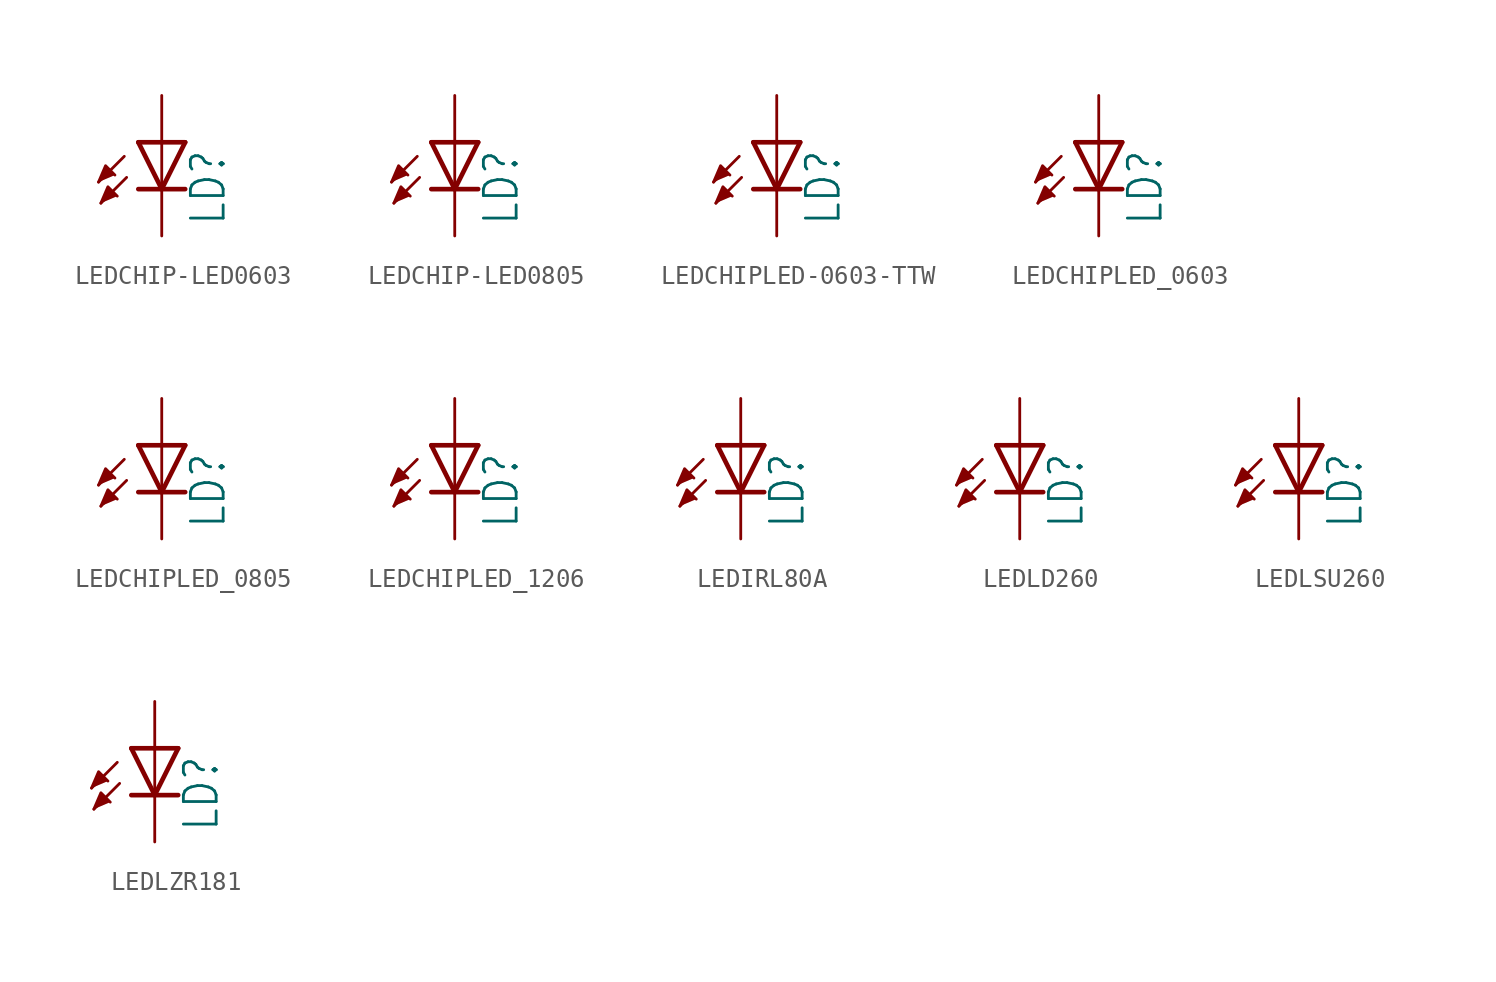
<source format=kicad_sym>
(kicad_symbol_lib
  (version 20220914)
  (generator kicad_symbol_editor)
  (symbol "LEDCHIP-LED0603"
    (property "Reference" "LD"
      (at 3.556 -4.572 90)
      (effects (font (size 1.778 1.511)) (justify left bottom)))
    (property "Value" ""
      (at 5.715 -4.572 90)
      (effects (font (size 1.778 1.511)) (justify left bottom)))
    (property "ki_locked" ""
      (at 0 0 0)
      (effects (font (size 1.27 1.27))))
    (symbol "LEDCHIP-LED0603_1_0"
      (polyline (pts (xy -2.032 -0.762) (xy -3.429 -2.159)) (stroke (width 0.152) (type solid)) (fill (type none)))
      (polyline (pts (xy -1.905 -1.905) (xy -3.302 -3.302)) (stroke (width 0.152) (type solid)) (fill (type none)))
      (polyline (pts (xy 0 -2.54) (xy -1.27 -2.54)) (stroke (width 0.254) (type solid)) (fill (type none)))
      (polyline (pts (xy 0 -2.54) (xy -1.27 0)) (stroke (width 0.254) (type solid)) (fill (type none)))
      (polyline (pts (xy 0 0) (xy -1.27 0)) (stroke (width 0.254) (type solid)) (fill (type none)))
      (polyline (pts (xy 0 0) (xy 0 -2.54)) (stroke (width 0.152) (type solid)) (fill (type none)))
      (polyline (pts (xy 1.27 -2.54) (xy 0 -2.54)) (stroke (width 0.254) (type solid)) (fill (type none)))
      (polyline (pts (xy 1.27 0) (xy 0 -2.54)) (stroke (width 0.254) (type solid)) (fill (type none)))
      (polyline (pts (xy 1.27 0) (xy 0 0)) (stroke (width 0.254) (type solid)) (fill (type none)))
      (polyline (pts (xy -3.429 -2.159) (xy -3.048 -1.27) (xy -2.54 -1.778)) (stroke (width 0.152) (type solid)) (fill (type outline)))
      (polyline (pts (xy -3.302 -3.302) (xy -2.921 -2.413) (xy -2.413 -2.921)) (stroke (width 0.152) (type solid)) (fill (type outline)))
      (pin passive line (at 0 2.54 270) (length 2.54) (name "A" (effects (font (size 0 0)))) (number "A" (effects (font (size 0 0)))))
      (pin passive line (at 0 -5.08 90) (length 2.54) (name "C" (effects (font (size 0 0)))) (number "C" (effects (font (size 0 0)))))))
  (symbol "LEDCHIP-LED0805"
    (property "Reference" "LD"
      (at 3.556 -4.572 90)
      (effects (font (size 1.778 1.511)) (justify left bottom)))
    (property "Value" ""
      (at 5.715 -4.572 90)
      (effects (font (size 1.778 1.511)) (justify left bottom)))
    (property "ki_locked" ""
      (at 0 0 0)
      (effects (font (size 1.27 1.27))))
    (symbol "LEDCHIP-LED0805_1_0"
      (polyline (pts (xy -2.032 -0.762) (xy -3.429 -2.159)) (stroke (width 0.152) (type solid)) (fill (type none)))
      (polyline (pts (xy -1.905 -1.905) (xy -3.302 -3.302)) (stroke (width 0.152) (type solid)) (fill (type none)))
      (polyline (pts (xy 0 -2.54) (xy -1.27 -2.54)) (stroke (width 0.254) (type solid)) (fill (type none)))
      (polyline (pts (xy 0 -2.54) (xy -1.27 0)) (stroke (width 0.254) (type solid)) (fill (type none)))
      (polyline (pts (xy 0 0) (xy -1.27 0)) (stroke (width 0.254) (type solid)) (fill (type none)))
      (polyline (pts (xy 0 0) (xy 0 -2.54)) (stroke (width 0.152) (type solid)) (fill (type none)))
      (polyline (pts (xy 1.27 -2.54) (xy 0 -2.54)) (stroke (width 0.254) (type solid)) (fill (type none)))
      (polyline (pts (xy 1.27 0) (xy 0 -2.54)) (stroke (width 0.254) (type solid)) (fill (type none)))
      (polyline (pts (xy 1.27 0) (xy 0 0)) (stroke (width 0.254) (type solid)) (fill (type none)))
      (polyline (pts (xy -3.429 -2.159) (xy -3.048 -1.27) (xy -2.54 -1.778)) (stroke (width 0.152) (type solid)) (fill (type outline)))
      (polyline (pts (xy -3.302 -3.302) (xy -2.921 -2.413) (xy -2.413 -2.921)) (stroke (width 0.152) (type solid)) (fill (type outline)))
      (pin passive line (at 0 2.54 270) (length 2.54) (name "A" (effects (font (size 0 0)))) (number "A" (effects (font (size 0 0)))))
      (pin passive line (at 0 -5.08 90) (length 2.54) (name "C" (effects (font (size 0 0)))) (number "C" (effects (font (size 0 0)))))))
  (symbol "LEDCHIPLED-0603-TTW"
    (property "Reference" "LD"
      (at 3.556 -4.572 90)
      (effects (font (size 1.778 1.511)) (justify left bottom)))
    (property "Value" ""
      (at 5.715 -4.572 90)
      (effects (font (size 1.778 1.511)) (justify left bottom)))
    (property "ki_locked" ""
      (at 0 0 0)
      (effects (font (size 1.27 1.27))))
    (symbol "LEDCHIPLED-0603-TTW_1_0"
      (polyline (pts (xy -2.032 -0.762) (xy -3.429 -2.159)) (stroke (width 0.152) (type solid)) (fill (type none)))
      (polyline (pts (xy -1.905 -1.905) (xy -3.302 -3.302)) (stroke (width 0.152) (type solid)) (fill (type none)))
      (polyline (pts (xy 0 -2.54) (xy -1.27 -2.54)) (stroke (width 0.254) (type solid)) (fill (type none)))
      (polyline (pts (xy 0 -2.54) (xy -1.27 0)) (stroke (width 0.254) (type solid)) (fill (type none)))
      (polyline (pts (xy 0 0) (xy -1.27 0)) (stroke (width 0.254) (type solid)) (fill (type none)))
      (polyline (pts (xy 0 0) (xy 0 -2.54)) (stroke (width 0.152) (type solid)) (fill (type none)))
      (polyline (pts (xy 1.27 -2.54) (xy 0 -2.54)) (stroke (width 0.254) (type solid)) (fill (type none)))
      (polyline (pts (xy 1.27 0) (xy 0 -2.54)) (stroke (width 0.254) (type solid)) (fill (type none)))
      (polyline (pts (xy 1.27 0) (xy 0 0)) (stroke (width 0.254) (type solid)) (fill (type none)))
      (polyline (pts (xy -3.429 -2.159) (xy -3.048 -1.27) (xy -2.54 -1.778)) (stroke (width 0.152) (type solid)) (fill (type outline)))
      (polyline (pts (xy -3.302 -3.302) (xy -2.921 -2.413) (xy -2.413 -2.921)) (stroke (width 0.152) (type solid)) (fill (type outline)))
      (pin passive line (at 0 2.54 270) (length 2.54) (name "A" (effects (font (size 0 0)))) (number "A@1" (effects (font (size 0 0)))))
      (pin passive line (at 0 -5.08 90) (length 2.54) (name "C" (effects (font (size 0 0)))) (number "C@1" (effects (font (size 0 0)))))))
  (symbol "LEDCHIPLED_0603"
    (property "Reference" "LD"
      (at 3.556 -4.572 90)
      (effects (font (size 1.778 1.511)) (justify left bottom)))
    (property "Value" ""
      (at 5.715 -4.572 90)
      (effects (font (size 1.778 1.511)) (justify left bottom)))
    (property "ki_locked" ""
      (at 0 0 0)
      (effects (font (size 1.27 1.27))))
    (symbol "LEDCHIPLED_0603_1_0"
      (polyline (pts (xy -2.032 -0.762) (xy -3.429 -2.159)) (stroke (width 0.152) (type solid)) (fill (type none)))
      (polyline (pts (xy -1.905 -1.905) (xy -3.302 -3.302)) (stroke (width 0.152) (type solid)) (fill (type none)))
      (polyline (pts (xy 0 -2.54) (xy -1.27 -2.54)) (stroke (width 0.254) (type solid)) (fill (type none)))
      (polyline (pts (xy 0 -2.54) (xy -1.27 0)) (stroke (width 0.254) (type solid)) (fill (type none)))
      (polyline (pts (xy 0 0) (xy -1.27 0)) (stroke (width 0.254) (type solid)) (fill (type none)))
      (polyline (pts (xy 0 0) (xy 0 -2.54)) (stroke (width 0.152) (type solid)) (fill (type none)))
      (polyline (pts (xy 1.27 -2.54) (xy 0 -2.54)) (stroke (width 0.254) (type solid)) (fill (type none)))
      (polyline (pts (xy 1.27 0) (xy 0 -2.54)) (stroke (width 0.254) (type solid)) (fill (type none)))
      (polyline (pts (xy 1.27 0) (xy 0 0)) (stroke (width 0.254) (type solid)) (fill (type none)))
      (polyline (pts (xy -3.429 -2.159) (xy -3.048 -1.27) (xy -2.54 -1.778)) (stroke (width 0.152) (type solid)) (fill (type outline)))
      (polyline (pts (xy -3.302 -3.302) (xy -2.921 -2.413) (xy -2.413 -2.921)) (stroke (width 0.152) (type solid)) (fill (type outline)))
      (pin passive line (at 0 2.54 270) (length 2.54) (name "A" (effects (font (size 0 0)))) (number "A" (effects (font (size 0 0)))))
      (pin passive line (at 0 -5.08 90) (length 2.54) (name "C" (effects (font (size 0 0)))) (number "C" (effects (font (size 0 0)))))))
  (symbol "LEDCHIPLED_0805"
    (property "Reference" "LD"
      (at 3.556 -4.572 90)
      (effects (font (size 1.778 1.511)) (justify left bottom)))
    (property "Value" ""
      (at 5.715 -4.572 90)
      (effects (font (size 1.778 1.511)) (justify left bottom)))
    (property "ki_locked" ""
      (at 0 0 0)
      (effects (font (size 1.27 1.27))))
    (symbol "LEDCHIPLED_0805_1_0"
      (polyline (pts (xy -2.032 -0.762) (xy -3.429 -2.159)) (stroke (width 0.152) (type solid)) (fill (type none)))
      (polyline (pts (xy -1.905 -1.905) (xy -3.302 -3.302)) (stroke (width 0.152) (type solid)) (fill (type none)))
      (polyline (pts (xy 0 -2.54) (xy -1.27 -2.54)) (stroke (width 0.254) (type solid)) (fill (type none)))
      (polyline (pts (xy 0 -2.54) (xy -1.27 0)) (stroke (width 0.254) (type solid)) (fill (type none)))
      (polyline (pts (xy 0 0) (xy -1.27 0)) (stroke (width 0.254) (type solid)) (fill (type none)))
      (polyline (pts (xy 0 0) (xy 0 -2.54)) (stroke (width 0.152) (type solid)) (fill (type none)))
      (polyline (pts (xy 1.27 -2.54) (xy 0 -2.54)) (stroke (width 0.254) (type solid)) (fill (type none)))
      (polyline (pts (xy 1.27 0) (xy 0 -2.54)) (stroke (width 0.254) (type solid)) (fill (type none)))
      (polyline (pts (xy 1.27 0) (xy 0 0)) (stroke (width 0.254) (type solid)) (fill (type none)))
      (polyline (pts (xy -3.429 -2.159) (xy -3.048 -1.27) (xy -2.54 -1.778)) (stroke (width 0.152) (type solid)) (fill (type outline)))
      (polyline (pts (xy -3.302 -3.302) (xy -2.921 -2.413) (xy -2.413 -2.921)) (stroke (width 0.152) (type solid)) (fill (type outline)))
      (pin passive line (at 0 2.54 270) (length 2.54) (name "A" (effects (font (size 0 0)))) (number "A" (effects (font (size 0 0)))))
      (pin passive line (at 0 -5.08 90) (length 2.54) (name "C" (effects (font (size 0 0)))) (number "C" (effects (font (size 0 0)))))))
  (symbol "LEDCHIPLED_1206"
    (property "Reference" "LD"
      (at 3.556 -4.572 90)
      (effects (font (size 1.778 1.511)) (justify left bottom)))
    (property "Value" ""
      (at 5.715 -4.572 90)
      (effects (font (size 1.778 1.511)) (justify left bottom)))
    (property "ki_locked" ""
      (at 0 0 0)
      (effects (font (size 1.27 1.27))))
    (symbol "LEDCHIPLED_1206_1_0"
      (polyline (pts (xy -2.032 -0.762) (xy -3.429 -2.159)) (stroke (width 0.152) (type solid)) (fill (type none)))
      (polyline (pts (xy -1.905 -1.905) (xy -3.302 -3.302)) (stroke (width 0.152) (type solid)) (fill (type none)))
      (polyline (pts (xy 0 -2.54) (xy -1.27 -2.54)) (stroke (width 0.254) (type solid)) (fill (type none)))
      (polyline (pts (xy 0 -2.54) (xy -1.27 0)) (stroke (width 0.254) (type solid)) (fill (type none)))
      (polyline (pts (xy 0 0) (xy -1.27 0)) (stroke (width 0.254) (type solid)) (fill (type none)))
      (polyline (pts (xy 0 0) (xy 0 -2.54)) (stroke (width 0.152) (type solid)) (fill (type none)))
      (polyline (pts (xy 1.27 -2.54) (xy 0 -2.54)) (stroke (width 0.254) (type solid)) (fill (type none)))
      (polyline (pts (xy 1.27 0) (xy 0 -2.54)) (stroke (width 0.254) (type solid)) (fill (type none)))
      (polyline (pts (xy 1.27 0) (xy 0 0)) (stroke (width 0.254) (type solid)) (fill (type none)))
      (polyline (pts (xy -3.429 -2.159) (xy -3.048 -1.27) (xy -2.54 -1.778)) (stroke (width 0.152) (type solid)) (fill (type outline)))
      (polyline (pts (xy -3.302 -3.302) (xy -2.921 -2.413) (xy -2.413 -2.921)) (stroke (width 0.152) (type solid)) (fill (type outline)))
      (pin passive line (at 0 2.54 270) (length 2.54) (name "A" (effects (font (size 0 0)))) (number "A" (effects (font (size 0 0)))))
      (pin passive line (at 0 -5.08 90) (length 2.54) (name "C" (effects (font (size 0 0)))) (number "C" (effects (font (size 0 0)))))))
  (symbol "LEDIRL80A"
    (property "Reference" "LD"
      (at 3.556 -4.572 90)
      (effects (font (size 1.778 1.511)) (justify left bottom)))
    (property "Value" ""
      (at 5.715 -4.572 90)
      (effects (font (size 1.778 1.511)) (justify left bottom)))
    (property "ki_locked" ""
      (at 0 0 0)
      (effects (font (size 1.27 1.27))))
    (symbol "LEDIRL80A_1_0"
      (polyline (pts (xy -2.032 -0.762) (xy -3.429 -2.159)) (stroke (width 0.152) (type solid)) (fill (type none)))
      (polyline (pts (xy -1.905 -1.905) (xy -3.302 -3.302)) (stroke (width 0.152) (type solid)) (fill (type none)))
      (polyline (pts (xy 0 -2.54) (xy -1.27 -2.54)) (stroke (width 0.254) (type solid)) (fill (type none)))
      (polyline (pts (xy 0 -2.54) (xy -1.27 0)) (stroke (width 0.254) (type solid)) (fill (type none)))
      (polyline (pts (xy 0 0) (xy -1.27 0)) (stroke (width 0.254) (type solid)) (fill (type none)))
      (polyline (pts (xy 0 0) (xy 0 -2.54)) (stroke (width 0.152) (type solid)) (fill (type none)))
      (polyline (pts (xy 1.27 -2.54) (xy 0 -2.54)) (stroke (width 0.254) (type solid)) (fill (type none)))
      (polyline (pts (xy 1.27 0) (xy 0 -2.54)) (stroke (width 0.254) (type solid)) (fill (type none)))
      (polyline (pts (xy 1.27 0) (xy 0 0)) (stroke (width 0.254) (type solid)) (fill (type none)))
      (polyline (pts (xy -3.429 -2.159) (xy -3.048 -1.27) (xy -2.54 -1.778)) (stroke (width 0.152) (type solid)) (fill (type outline)))
      (polyline (pts (xy -3.302 -3.302) (xy -2.921 -2.413) (xy -2.413 -2.921)) (stroke (width 0.152) (type solid)) (fill (type outline)))
      (pin passive line (at 0 2.54 270) (length 2.54) (name "A" (effects (font (size 0 0)))) (number "A" (effects (font (size 0 0)))))
      (pin passive line (at 0 -5.08 90) (length 2.54) (name "C" (effects (font (size 0 0)))) (number "K" (effects (font (size 0 0)))))))
  (symbol "LEDLD260"
    (property "Reference" "LD"
      (at 3.556 -4.572 90)
      (effects (font (size 1.778 1.511)) (justify left bottom)))
    (property "Value" ""
      (at 5.715 -4.572 90)
      (effects (font (size 1.778 1.511)) (justify left bottom)))
    (property "ki_locked" ""
      (at 0 0 0)
      (effects (font (size 1.27 1.27))))
    (symbol "LEDLD260_1_0"
      (polyline (pts (xy -2.032 -0.762) (xy -3.429 -2.159)) (stroke (width 0.152) (type solid)) (fill (type none)))
      (polyline (pts (xy -1.905 -1.905) (xy -3.302 -3.302)) (stroke (width 0.152) (type solid)) (fill (type none)))
      (polyline (pts (xy 0 -2.54) (xy -1.27 -2.54)) (stroke (width 0.254) (type solid)) (fill (type none)))
      (polyline (pts (xy 0 -2.54) (xy -1.27 0)) (stroke (width 0.254) (type solid)) (fill (type none)))
      (polyline (pts (xy 0 0) (xy -1.27 0)) (stroke (width 0.254) (type solid)) (fill (type none)))
      (polyline (pts (xy 0 0) (xy 0 -2.54)) (stroke (width 0.152) (type solid)) (fill (type none)))
      (polyline (pts (xy 1.27 -2.54) (xy 0 -2.54)) (stroke (width 0.254) (type solid)) (fill (type none)))
      (polyline (pts (xy 1.27 0) (xy 0 -2.54)) (stroke (width 0.254) (type solid)) (fill (type none)))
      (polyline (pts (xy 1.27 0) (xy 0 0)) (stroke (width 0.254) (type solid)) (fill (type none)))
      (polyline (pts (xy -3.429 -2.159) (xy -3.048 -1.27) (xy -2.54 -1.778)) (stroke (width 0.152) (type solid)) (fill (type outline)))
      (polyline (pts (xy -3.302 -3.302) (xy -2.921 -2.413) (xy -2.413 -2.921)) (stroke (width 0.152) (type solid)) (fill (type outline)))
      (pin passive line (at 0 2.54 270) (length 2.54) (name "A" (effects (font (size 0 0)))) (number "A" (effects (font (size 0 0)))))
      (pin passive line (at 0 -5.08 90) (length 2.54) (name "C" (effects (font (size 0 0)))) (number "K" (effects (font (size 0 0)))))))
  (symbol "LEDLSU260"
    (property "Reference" "LD"
      (at 3.556 -4.572 90)
      (effects (font (size 1.778 1.511)) (justify left bottom)))
    (property "Value" ""
      (at 5.715 -4.572 90)
      (effects (font (size 1.778 1.511)) (justify left bottom)))
    (property "ki_locked" ""
      (at 0 0 0)
      (effects (font (size 1.27 1.27))))
    (symbol "LEDLSU260_1_0"
      (polyline (pts (xy -2.032 -0.762) (xy -3.429 -2.159)) (stroke (width 0.152) (type solid)) (fill (type none)))
      (polyline (pts (xy -1.905 -1.905) (xy -3.302 -3.302)) (stroke (width 0.152) (type solid)) (fill (type none)))
      (polyline (pts (xy 0 -2.54) (xy -1.27 -2.54)) (stroke (width 0.254) (type solid)) (fill (type none)))
      (polyline (pts (xy 0 -2.54) (xy -1.27 0)) (stroke (width 0.254) (type solid)) (fill (type none)))
      (polyline (pts (xy 0 0) (xy -1.27 0)) (stroke (width 0.254) (type solid)) (fill (type none)))
      (polyline (pts (xy 0 0) (xy 0 -2.54)) (stroke (width 0.152) (type solid)) (fill (type none)))
      (polyline (pts (xy 1.27 -2.54) (xy 0 -2.54)) (stroke (width 0.254) (type solid)) (fill (type none)))
      (polyline (pts (xy 1.27 0) (xy 0 -2.54)) (stroke (width 0.254) (type solid)) (fill (type none)))
      (polyline (pts (xy 1.27 0) (xy 0 0)) (stroke (width 0.254) (type solid)) (fill (type none)))
      (polyline (pts (xy -3.429 -2.159) (xy -3.048 -1.27) (xy -2.54 -1.778)) (stroke (width 0.152) (type solid)) (fill (type outline)))
      (polyline (pts (xy -3.302 -3.302) (xy -2.921 -2.413) (xy -2.413 -2.921)) (stroke (width 0.152) (type solid)) (fill (type outline)))
      (pin passive line (at 0 2.54 270) (length 2.54) (name "A" (effects (font (size 0 0)))) (number "A" (effects (font (size 0 0)))))
      (pin passive line (at 0 -5.08 90) (length 2.54) (name "C" (effects (font (size 0 0)))) (number "K" (effects (font (size 0 0)))))))
  (symbol "LEDLZR181"
    (property "Reference" "LD"
      (at 3.556 -4.572 90)
      (effects (font (size 1.778 1.511)) (justify left bottom)))
    (property "Value" ""
      (at 5.715 -4.572 90)
      (effects (font (size 1.778 1.511)) (justify left bottom)))
    (property "ki_locked" ""
      (at 0 0 0)
      (effects (font (size 1.27 1.27))))
    (symbol "LEDLZR181_1_0"
      (polyline (pts (xy -2.032 -0.762) (xy -3.429 -2.159)) (stroke (width 0.152) (type solid)) (fill (type none)))
      (polyline (pts (xy -1.905 -1.905) (xy -3.302 -3.302)) (stroke (width 0.152) (type solid)) (fill (type none)))
      (polyline (pts (xy 0 -2.54) (xy -1.27 -2.54)) (stroke (width 0.254) (type solid)) (fill (type none)))
      (polyline (pts (xy 0 -2.54) (xy -1.27 0)) (stroke (width 0.254) (type solid)) (fill (type none)))
      (polyline (pts (xy 0 0) (xy -1.27 0)) (stroke (width 0.254) (type solid)) (fill (type none)))
      (polyline (pts (xy 0 0) (xy 0 -2.54)) (stroke (width 0.152) (type solid)) (fill (type none)))
      (polyline (pts (xy 1.27 -2.54) (xy 0 -2.54)) (stroke (width 0.254) (type solid)) (fill (type none)))
      (polyline (pts (xy 1.27 0) (xy 0 -2.54)) (stroke (width 0.254) (type solid)) (fill (type none)))
      (polyline (pts (xy 1.27 0) (xy 0 0)) (stroke (width 0.254) (type solid)) (fill (type none)))
      (polyline (pts (xy -3.429 -2.159) (xy -3.048 -1.27) (xy -2.54 -1.778)) (stroke (width 0.152) (type solid)) (fill (type outline)))
      (polyline (pts (xy -3.302 -3.302) (xy -2.921 -2.413) (xy -2.413 -2.921)) (stroke (width 0.152) (type solid)) (fill (type outline)))
      (pin passive line (at 0 2.54 270) (length 2.54) (name "A" (effects (font (size 0 0)))) (number "A" (effects (font (size 0 0)))))
      (pin passive line (at 0 -5.08 90) (length 2.54) (name "C" (effects (font (size 0 0)))) (number "K" (effects (font (size 0 0))))))))
</source>
